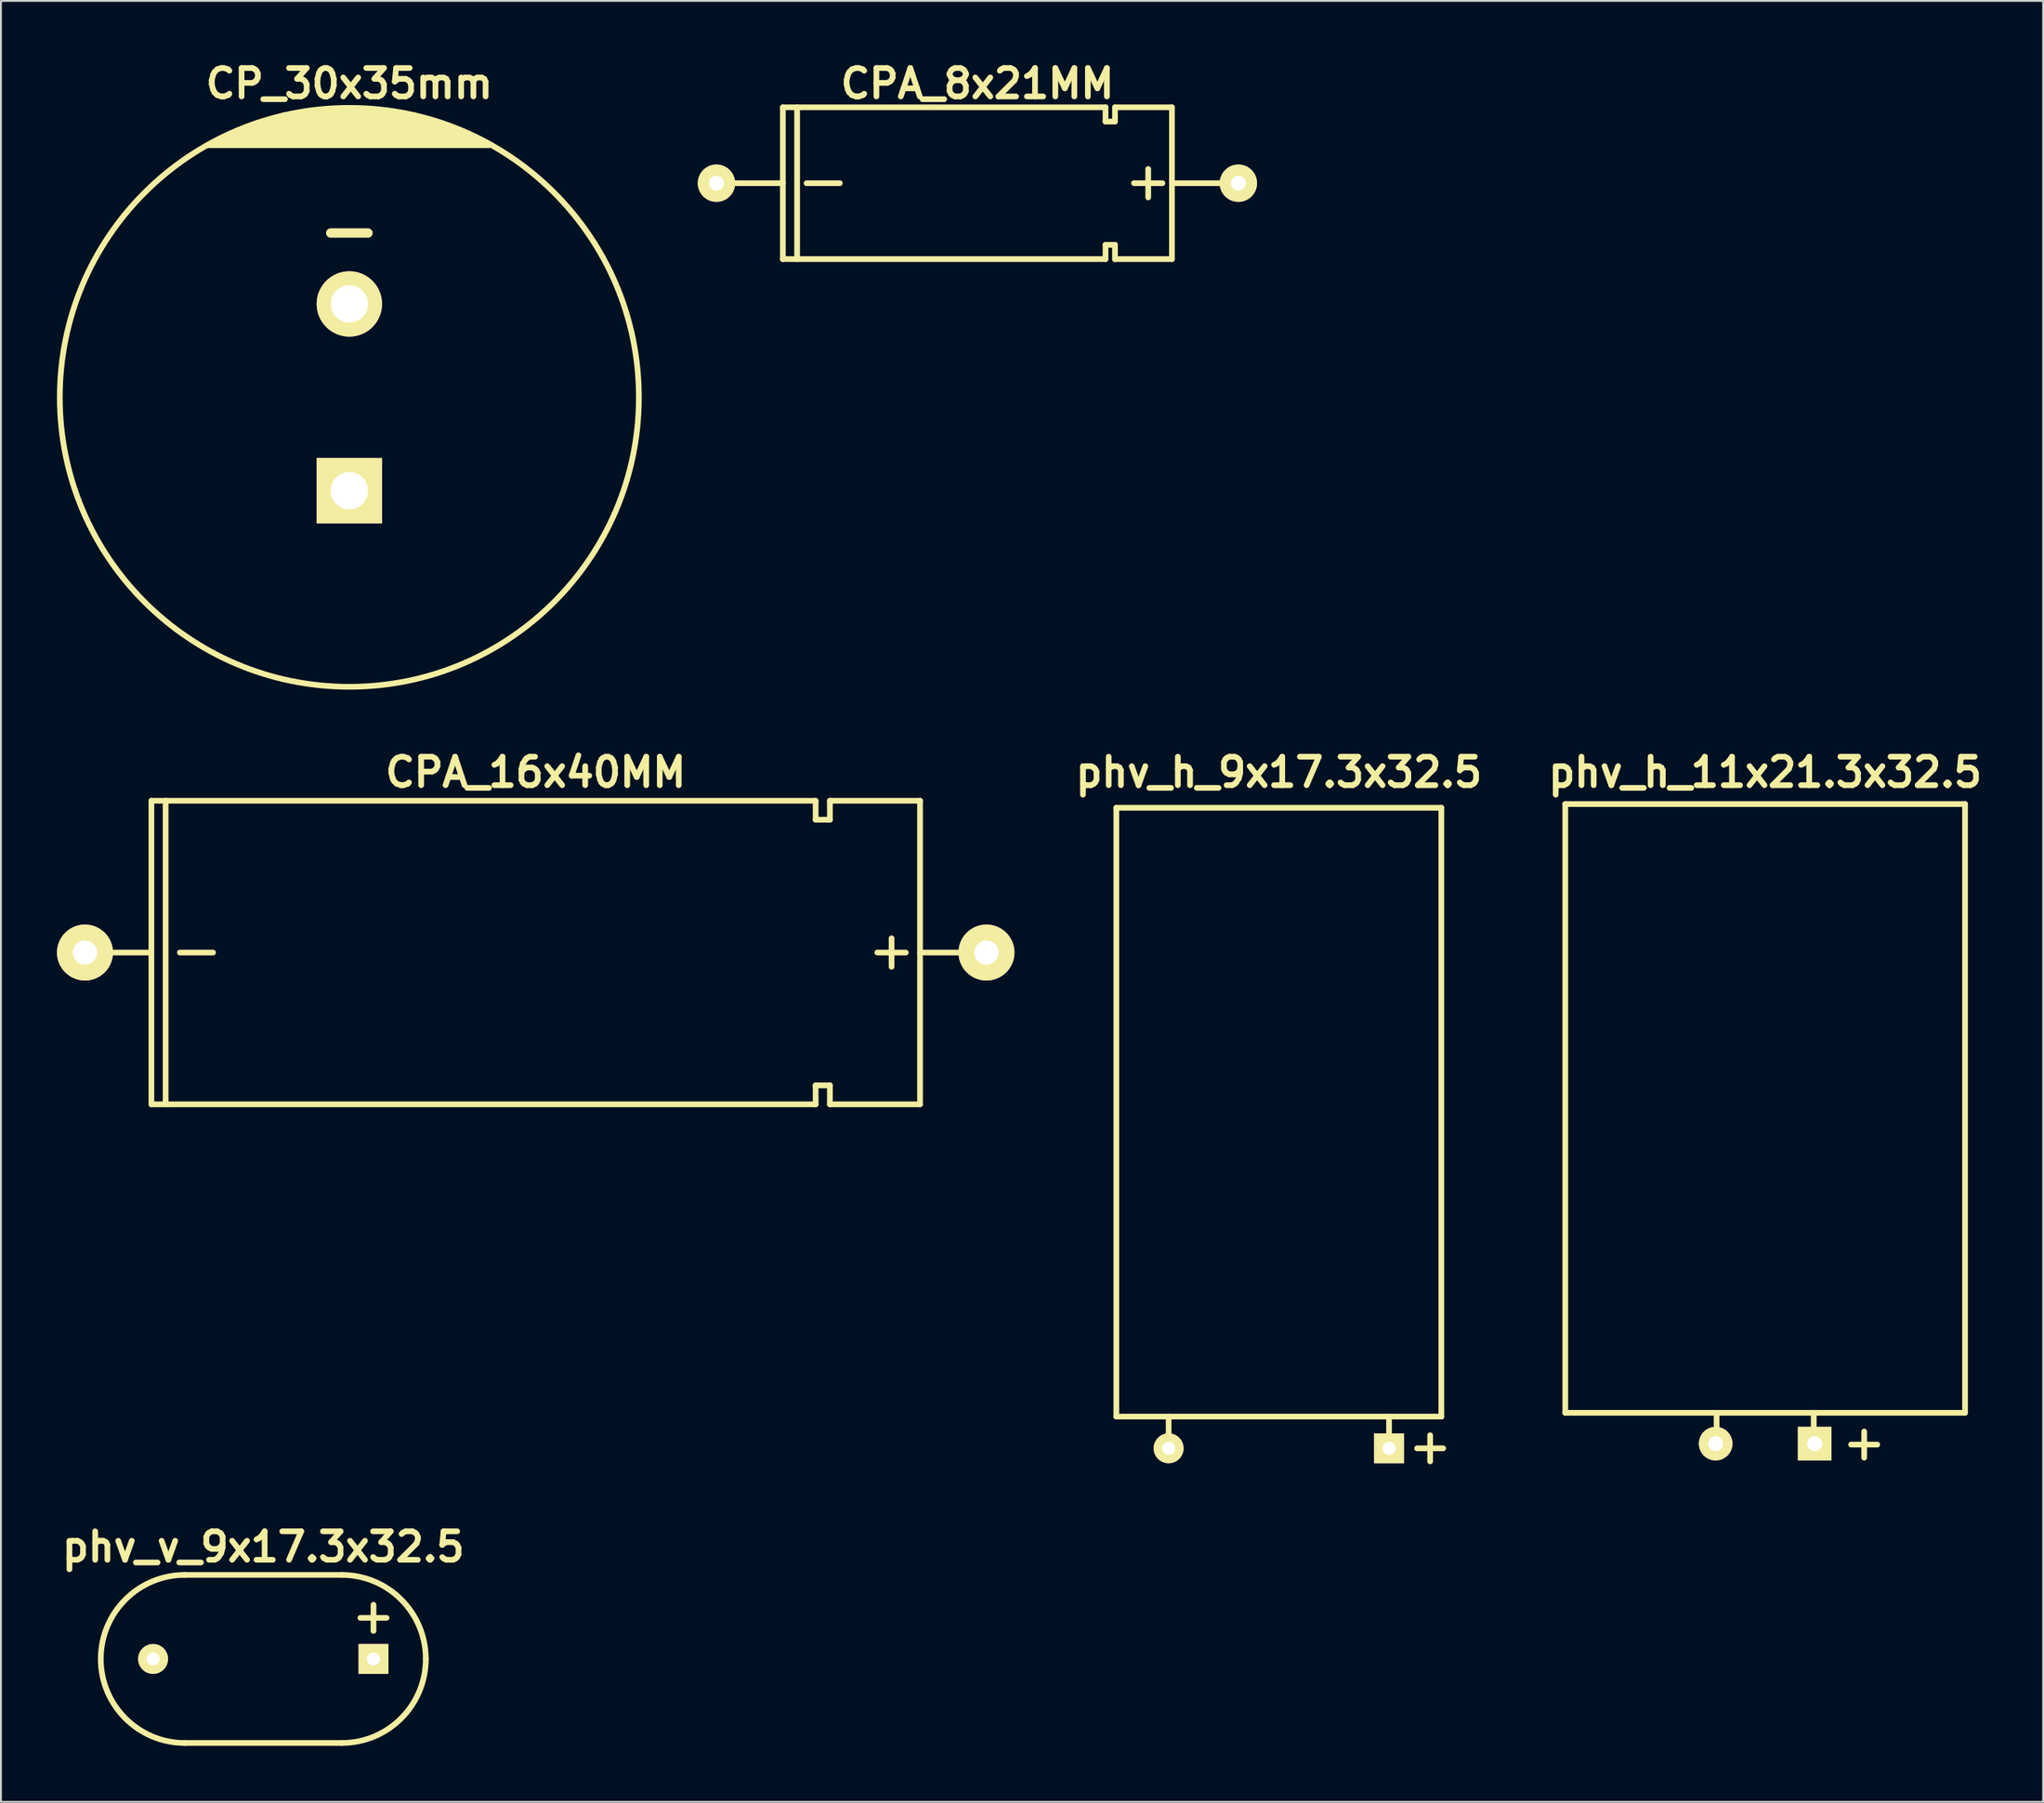
<source format=kicad_pcb>
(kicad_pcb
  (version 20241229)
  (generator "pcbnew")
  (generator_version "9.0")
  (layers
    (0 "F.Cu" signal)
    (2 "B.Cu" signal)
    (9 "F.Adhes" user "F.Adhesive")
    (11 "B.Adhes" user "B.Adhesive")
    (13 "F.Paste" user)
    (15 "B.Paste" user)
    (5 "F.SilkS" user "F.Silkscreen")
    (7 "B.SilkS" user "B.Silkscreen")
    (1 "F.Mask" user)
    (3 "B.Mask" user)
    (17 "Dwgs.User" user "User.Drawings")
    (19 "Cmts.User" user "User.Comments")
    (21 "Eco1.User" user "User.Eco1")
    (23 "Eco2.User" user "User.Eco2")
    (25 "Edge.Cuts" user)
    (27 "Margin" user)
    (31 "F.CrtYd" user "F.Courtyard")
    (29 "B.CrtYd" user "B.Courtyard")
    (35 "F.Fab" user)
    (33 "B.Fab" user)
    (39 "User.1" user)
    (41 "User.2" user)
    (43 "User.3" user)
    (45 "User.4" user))
  (footprint "CP_30x35mm"
    (layer "F.Cu")
    (at 15.652 18.226)
    (property "Reference" "CP_30x35mm" (at 0 -16.8 0) (layer "F.SilkS") (effects (font (size 1.524 1.524) (thickness 0.305))))
    (attr through_hole)
    (fp_line (start -7.6 -13.5) (end 7.5 -13.5) (stroke (width 0.305) (type solid)) (layer "F.SilkS"))
    (fp_line (start -6.8 -13.9) (end 6.8 -13.9) (stroke (width 0.305) (type solid)) (layer "F.SilkS"))
    (fp_line (start -6.4 -14.1) (end 6.4 -14.1) (stroke (width 0.305) (type solid)) (layer "F.SilkS"))
    (fp_line (start -5.4 -14.5) (end 5.4 -14.5) (stroke (width 0.305) (type solid)) (layer "F.SilkS"))
    (fp_line (start -4.9 -14.7) (end 4.9 -14.7) (stroke (width 0.305) (type solid)) (layer "F.SilkS"))
    (fp_line (start -4.2 -14.9) (end 4.2 -14.9) (stroke (width 0.305) (type solid)) (layer "F.SilkS"))
    (fp_line (start -3.5 -15.1) (end 3.5 -15.1) (stroke (width 0.305) (type solid)) (layer "F.SilkS"))
    (fp_line (start -2.4 -15.3) (end 2.4 -15.3) (stroke (width 0.305) (type solid)) (layer "F.SilkS"))
    (fp_line (start -1 -8.8) (end 1 -8.8) (stroke (width 0.5) (type solid)) (layer "F.SilkS"))
    (fp_line (start 5.9 -14.3) (end -5.9 -14.3) (stroke (width 0.305) (type solid)) (layer "F.SilkS"))
    (fp_line (start 7.2 -13.7) (end -7.2 -13.7) (stroke (width 0.305) (type solid)) (layer "F.SilkS"))
    (fp_circle (center 0 0) (end -15.5 0) (stroke (width 0.305) (type solid)) (fill no) (layer "F.SilkS"))
    (pad "1" thru_hole rect (at 0 5) (size 3.5 3.5) (drill 2) (layers "*.Cu" "*.Mask" "F.SilkS"))
    (pad "2" thru_hole circle (at 0 -5) (size 3.5 3.5) (drill 2) (layers "*.Cu" "*.Mask" "F.SilkS")))
  (footprint "CPA_16x40MM"
    (layer "F.Cu")
    (at 25.629 47.957)
    (property "Reference" "CPA_16x40MM" (at 0 -9.652 0) (layer "F.SilkS") (effects (font (size 1.524 1.524) (thickness 0.305))))
    (attr through_hole)
    (fp_line (start -20.574 0) (end -24.13 0) (stroke (width 0.305) (type solid)) (layer "F.SilkS"))
    (fp_line (start -20.574 8.128) (end -20.574 -8.128) (stroke (width 0.305) (type solid)) (layer "F.SilkS"))
    (fp_line (start -19.812 -8.128) (end -19.812 8.128) (stroke (width 0.305) (type solid)) (layer "F.SilkS"))
    (fp_line (start -19.05 0) (end -17.272 0) (stroke (width 0.305) (type solid)) (layer "F.SilkS"))
    (fp_line (start 14.986 -8.128) (end -20.574 -8.128) (stroke (width 0.305) (type solid)) (layer "F.SilkS"))
    (fp_line (start 14.986 -8.128) (end 14.986 -7.112) (stroke (width 0.305) (type solid)) (layer "F.SilkS"))
    (fp_line (start 14.986 -7.112) (end 15.748 -7.112) (stroke (width 0.305) (type solid)) (layer "F.SilkS"))
    (fp_line (start 14.986 7.112) (end 14.986 8.128) (stroke (width 0.305) (type solid)) (layer "F.SilkS"))
    (fp_line (start 14.986 8.128) (end -20.574 8.128) (stroke (width 0.305) (type solid)) (layer "F.SilkS"))
    (fp_line (start 15.748 -7.112) (end 15.748 -8.128) (stroke (width 0.305) (type solid)) (layer "F.SilkS"))
    (fp_line (start 15.748 7.112) (end 14.986 7.112) (stroke (width 0.305) (type solid)) (layer "F.SilkS"))
    (fp_line (start 15.748 8.128) (end 15.748 7.112) (stroke (width 0.305) (type solid)) (layer "F.SilkS"))
    (fp_line (start 19.05 0.762) (end 19.05 -0.762) (stroke (width 0.305) (type solid)) (layer "F.SilkS"))
    (fp_line (start 19.812 0) (end 18.288 0) (stroke (width 0.305) (type solid)) (layer "F.SilkS"))
    (fp_line (start 20.574 -8.128) (end 15.748 -8.128) (stroke (width 0.305) (type solid)) (layer "F.SilkS"))
    (fp_line (start 20.574 0) (end 24.13 0) (stroke (width 0.305) (type solid)) (layer "F.SilkS"))
    (fp_line (start 20.574 8.128) (end 15.748 8.128) (stroke (width 0.305) (type solid)) (layer "F.SilkS"))
    (fp_line (start 20.574 8.128) (end 20.574 -8.128) (stroke (width 0.305) (type solid)) (layer "F.SilkS"))
    (pad "1" thru_hole circle (at 24.13 0) (size 2.997 2.997) (drill 1.298) (layers "*.Cu" "*.Mask" "F.SilkS"))
    (pad "2" thru_hole circle (at -24.13 0) (size 2.997 2.997) (drill 1.298) (layers "*.Cu" "*.Mask" "F.SilkS")))
  (footprint "phv_h_11x21.3x32.5"
    (layer "F.Cu")
    (at 91.446 57.305)
    (property "Reference" "phv_h_11x21.3x32.5" (at 0 -19 0) (layer "F.SilkS") (effects (font (size 1.524 1.524) (thickness 0.305))))
    (attr through_hole)
    (fp_line (start -10.7 -17.3) (end 10.7 -17.3) (stroke (width 0.305) (type solid)) (layer "F.SilkS"))
    (fp_line (start -10.7 15.3) (end -10.7 -17.3) (stroke (width 0.305) (type solid)) (layer "F.SilkS"))
    (fp_line (start -10.7 15.3) (end 10.7 15.3) (stroke (width 0.305) (type solid)) (layer "F.SilkS"))
    (fp_line (start -2.6 17) (end -2.6 15.3) (stroke (width 0.305) (type solid)) (layer "F.SilkS"))
    (fp_line (start 2.6 17) (end 2.6 15.3) (stroke (width 0.305) (type solid)) (layer "F.SilkS"))
    (fp_line (start 4.6 17) (end 6 17) (stroke (width 0.305) (type solid)) (layer "F.SilkS"))
    (fp_line (start 5.3 17.7) (end 5.3 16.3) (stroke (width 0.305) (type solid)) (layer "F.SilkS"))
    (fp_line (start 10.7 15.3) (end 10.7 -17.3) (stroke (width 0.305) (type solid)) (layer "F.SilkS"))
    (pad "1" thru_hole rect (at 2.65 16.95) (size 1.8 1.8) (drill 0.8) (layers "*.Cu" "*.Mask" "F.SilkS"))
    (pad "2" thru_hole circle (at -2.65 16.95) (size 1.8 1.8) (drill 0.8) (layers "*.Cu" "*.Mask" "F.SilkS")))
  (footprint "phv_h_9x17.3x32.5"
    (layer "F.Cu")
    (at 65.411 57.505)
    (property "Reference" "phv_h_9x17.3x32.5" (at 0 -19.2 0) (layer "F.SilkS") (effects (font (size 1.524 1.524) (thickness 0.305))))
    (attr through_hole)
    (fp_line (start -8.7 -17.3) (end -8.7 15.3) (stroke (width 0.305) (type solid)) (layer "F.SilkS"))
    (fp_line (start -8.7 -17.3) (end 8.7 -17.3) (stroke (width 0.305) (type solid)) (layer "F.SilkS"))
    (fp_line (start -8.7 15.3) (end 8.7 15.3) (stroke (width 0.305) (type solid)) (layer "F.SilkS"))
    (fp_line (start -5.9 17) (end -5.9 15.3) (stroke (width 0.305) (type solid)) (layer "F.SilkS"))
    (fp_line (start 5.9 17) (end 5.9 15.3) (stroke (width 0.305) (type solid)) (layer "F.SilkS"))
    (fp_line (start 7.4 17) (end 8.8 17) (stroke (width 0.305) (type solid)) (layer "F.SilkS"))
    (fp_line (start 8.1 17.7) (end 8.1 16.3) (stroke (width 0.305) (type solid)) (layer "F.SilkS"))
    (fp_line (start 8.7 -17.3) (end 8.7 15.3) (stroke (width 0.305) (type solid)) (layer "F.SilkS"))
    (pad "1" thru_hole rect (at 5.9 17) (size 1.6 1.6) (drill 0.7) (layers "*.Cu" "*.Mask" "F.SilkS"))
    (pad "2" thru_hole circle (at -5.9 17) (size 1.6 1.6) (drill 0.7) (layers "*.Cu" "*.Mask" "F.SilkS")))
  (footprint "CPA_8x21MM"
    (layer "F.Cu")
    (at 49.274 6.76)
    (property "Reference" "CPA_8x21MM" (at 0 -5.334 0) (layer "F.SilkS") (effects (font (size 1.524 1.524) (thickness 0.305))))
    (attr through_hole)
    (fp_line (start -10.414 0) (end -13.97 0) (stroke (width 0.305) (type solid)) (layer "F.SilkS"))
    (fp_line (start -10.414 4.064) (end -10.414 -4.064) (stroke (width 0.305) (type solid)) (layer "F.SilkS"))
    (fp_line (start -10.414 4.064) (end 6.858 4.064) (stroke (width 0.305) (type solid)) (layer "F.SilkS"))
    (fp_line (start -9.652 -4.064) (end -9.652 4.064) (stroke (width 0.305) (type solid)) (layer "F.SilkS"))
    (fp_line (start -9.144 0) (end -7.366 0) (stroke (width 0.305) (type solid)) (layer "F.SilkS"))
    (fp_line (start 6.858 -4.064) (end -10.414 -4.064) (stroke (width 0.305) (type solid)) (layer "F.SilkS"))
    (fp_line (start 6.858 -3.302) (end 6.858 -4.064) (stroke (width 0.305) (type solid)) (layer "F.SilkS"))
    (fp_line (start 6.858 3.302) (end 7.366 3.302) (stroke (width 0.305) (type solid)) (layer "F.SilkS"))
    (fp_line (start 6.858 4.064) (end 6.858 3.302) (stroke (width 0.305) (type solid)) (layer "F.SilkS"))
    (fp_line (start 7.366 -4.064) (end 7.366 -3.302) (stroke (width 0.305) (type solid)) (layer "F.SilkS"))
    (fp_line (start 7.366 -3.302) (end 6.858 -3.302) (stroke (width 0.305) (type solid)) (layer "F.SilkS"))
    (fp_line (start 7.366 3.302) (end 7.366 4.064) (stroke (width 0.305) (type solid)) (layer "F.SilkS"))
    (fp_line (start 7.366 4.064) (end 10.414 4.064) (stroke (width 0.305) (type solid)) (layer "F.SilkS"))
    (fp_line (start 9.144 0.762) (end 9.144 -0.762) (stroke (width 0.305) (type solid)) (layer "F.SilkS"))
    (fp_line (start 9.906 0) (end 8.382 0) (stroke (width 0.305) (type solid)) (layer "F.SilkS"))
    (fp_line (start 10.414 -4.064) (end 7.366 -4.064) (stroke (width 0.305) (type solid)) (layer "F.SilkS"))
    (fp_line (start 10.414 -4.064) (end 10.414 4.064) (stroke (width 0.305) (type solid)) (layer "F.SilkS"))
    (fp_line (start 10.414 0) (end 13.97 0) (stroke (width 0.305) (type solid)) (layer "F.SilkS"))
    (pad "1" thru_hole circle (at 13.97 0) (size 1.999 1.999) (drill 0.8) (layers "*.Cu" "*.Mask" "F.SilkS"))
    (pad "2" thru_hole circle (at -13.97 0) (size 1.999 1.999) (drill 0.8) (layers "*.Cu" "*.Mask" "F.SilkS")))
  (footprint "phv_v_9x17.3x32.5"
    (layer "F.Cu")
    (at 11.045 85.784)
    (property "Reference" "phv_v_9x17.3x32.5" (at 0 -6 0) (layer "F.SilkS") (effects (font (size 1.524 1.524) (thickness 0.305))))
    (attr through_hole)
    (fp_line (start -4.2 4.5) (end 4.2 4.5) (stroke (width 0.305) (type solid)) (layer "F.SilkS"))
    (fp_line (start 4.2 -4.5) (end -4.2 -4.5) (stroke (width 0.305) (type solid)) (layer "F.SilkS"))
    (fp_line (start 5.2 -2.2) (end 6.6 -2.2) (stroke (width 0.305) (type solid)) (layer "F.SilkS"))
    (fp_line (start 5.9 -1.5) (end 5.9 -2.9) (stroke (width 0.305) (type solid)) (layer "F.SilkS"))
    (fp_arc (start -8.7 0) (mid -7.381981 -3.181981) (end -4.2 -4.5) (stroke (width 0.3048) (type solid)) (layer "F.SilkS"))
    (fp_arc (start -4.2 4.5) (mid -7.381981 3.181981) (end -8.7 0) (stroke (width 0.3048) (type solid)) (layer "F.SilkS"))
    (fp_arc (start 4.2 -4.5) (mid 7.381981 -3.181981) (end 8.7 0) (stroke (width 0.3048) (type solid)) (layer "F.SilkS"))
    (fp_arc (start 8.7 0) (mid 7.381981 3.181981) (end 4.2 4.5) (stroke (width 0.3048) (type solid)) (layer "F.SilkS"))
    (pad "1" thru_hole rect (at 5.9 0) (size 1.6 1.6) (drill 0.7) (layers "*.Cu" "*.Mask" "F.SilkS"))
    (pad "2" thru_hole circle (at -5.9 0) (size 1.6 1.6) (drill 0.7) (layers "*.Cu" "*.Mask" "F.SilkS")))
  (gr_rect
    (start -3 -3)
    (end 106.326 93.437)
    (stroke (width 0.1) (type default))
    (fill no)
    (layer "Edge.Cuts")))
</source>
